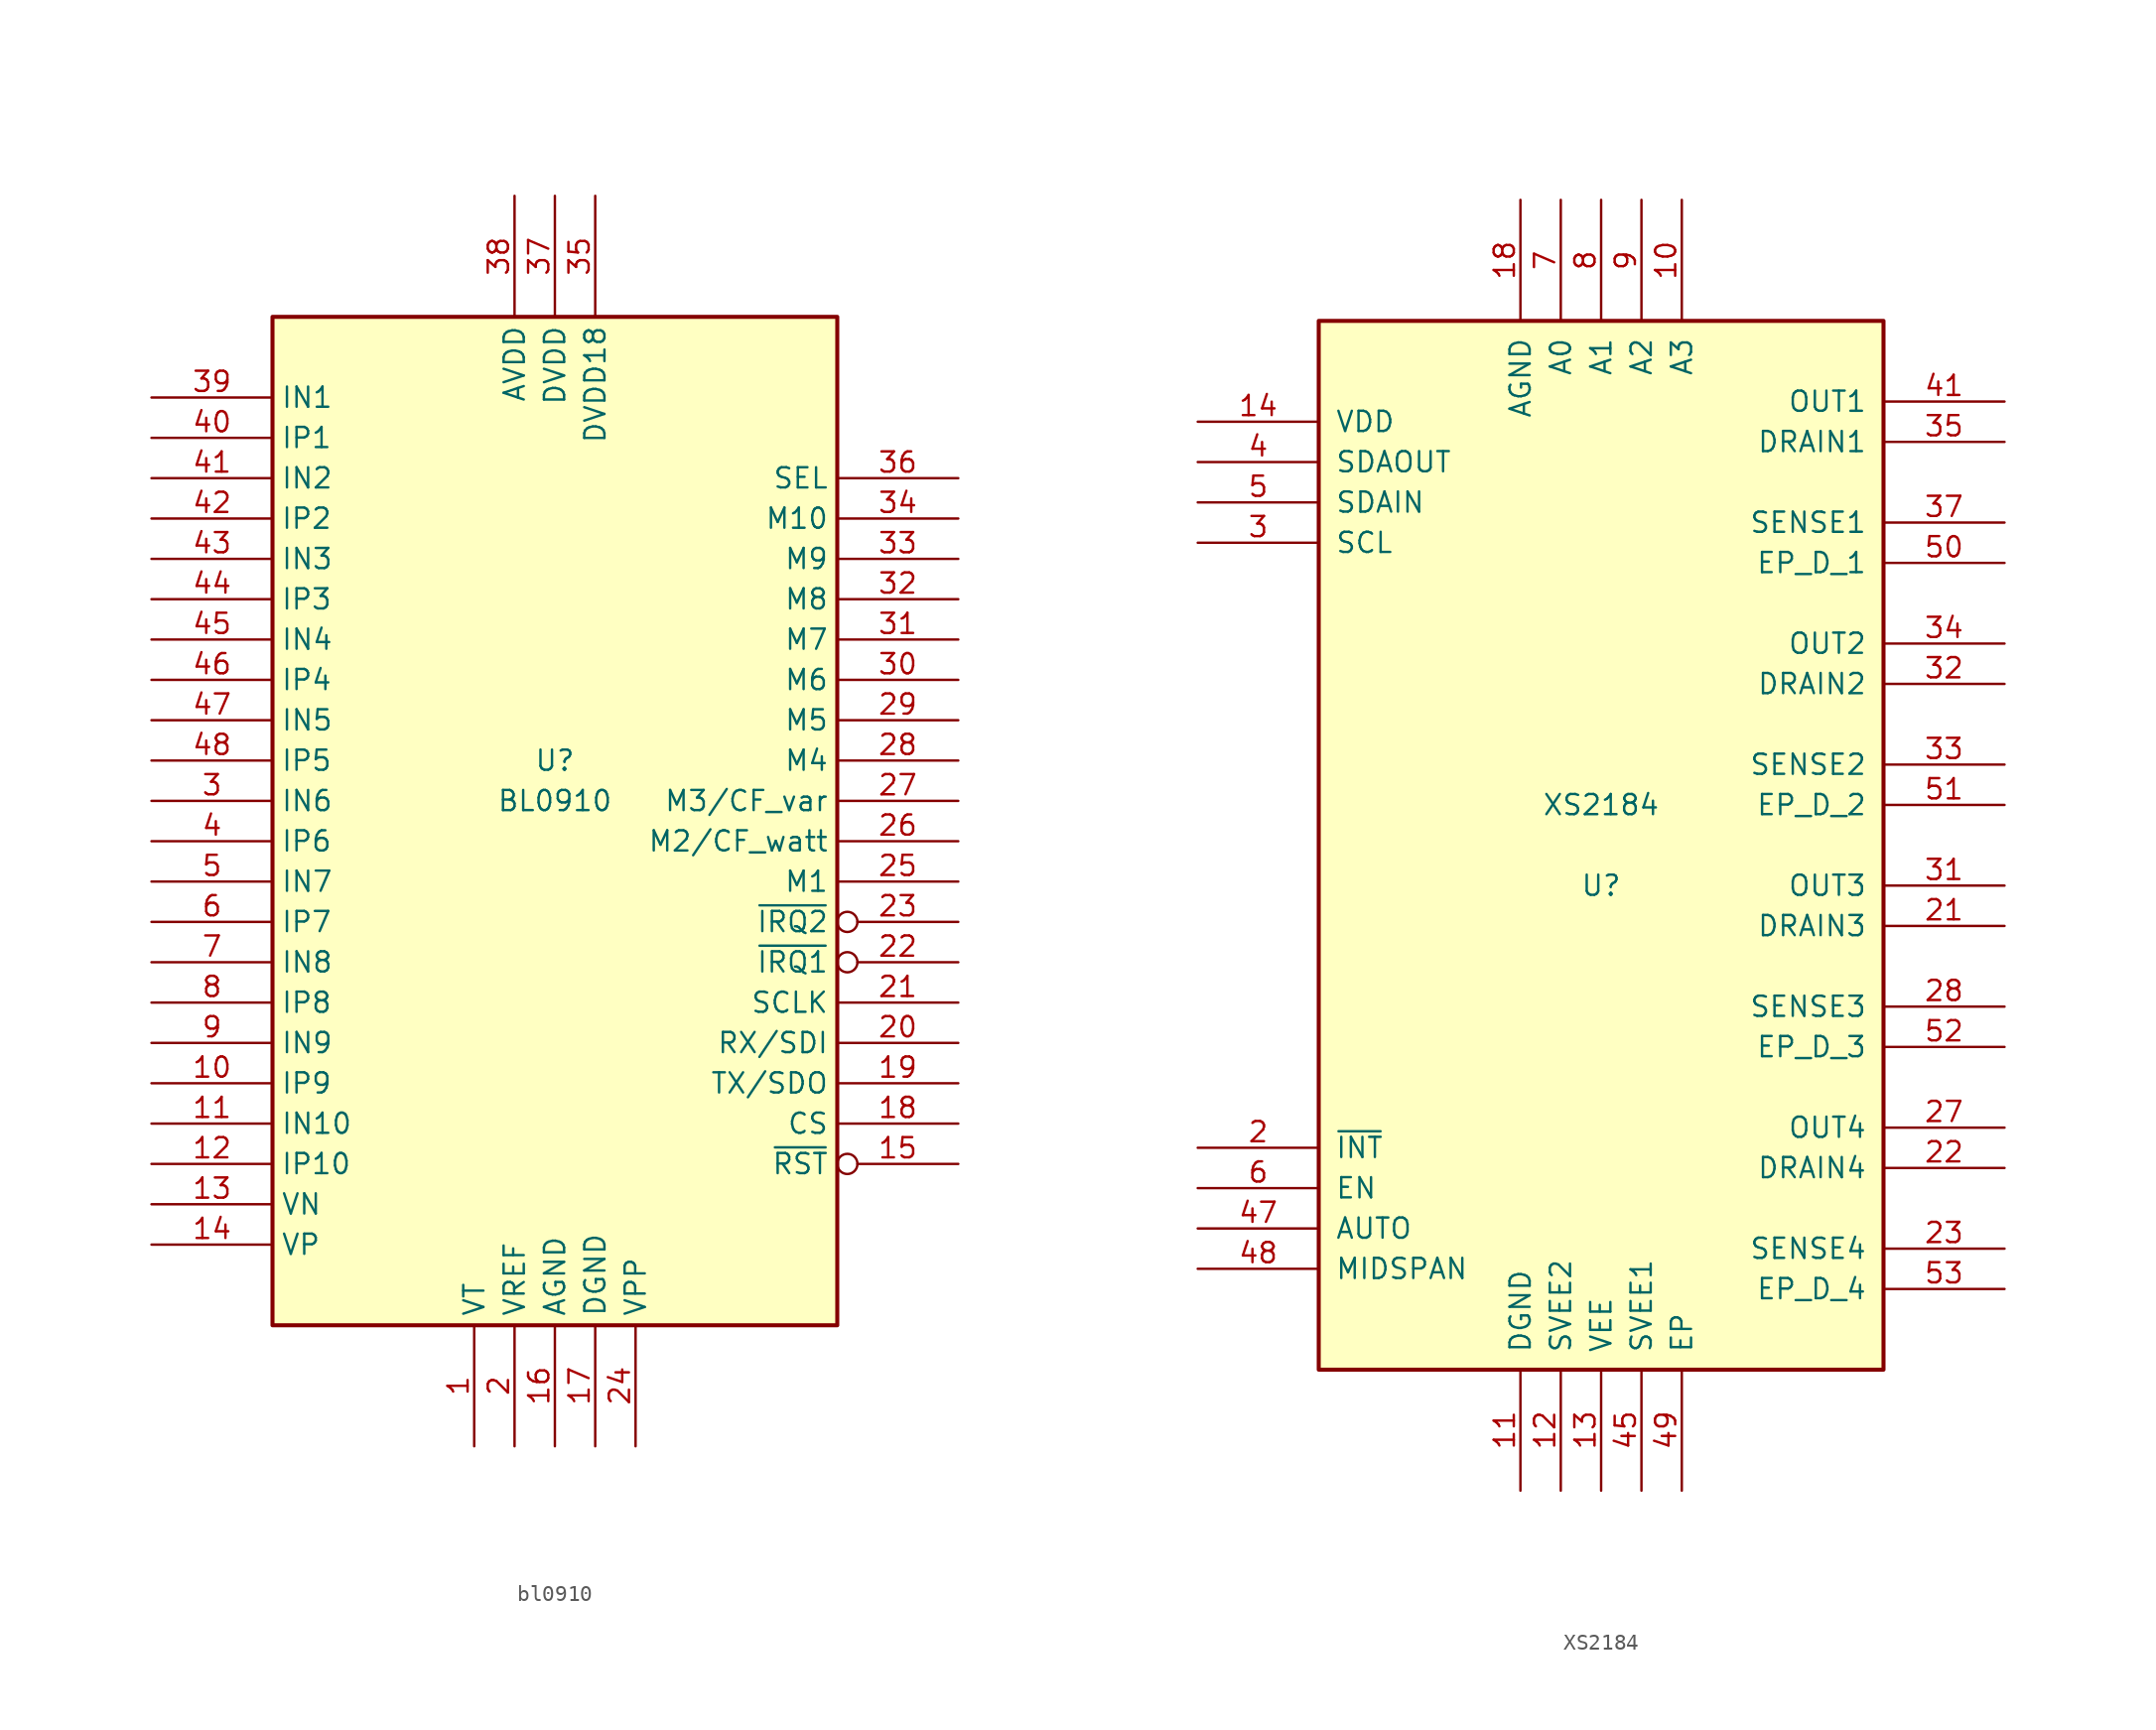
<source format=kicad_sym>
(kicad_symbol_lib
  (version 20231120)
  (generator "kicad_symbol_editor")
  (generator_version "8.0")
  (symbol "bl0910"
    (property "Reference" "U"
      (at 0 1.27 0)
      (effects (font (size 1.27 1.27))))
    (property "Value" "BL0910"
      (at 0 -1.27 0)
      (effects (font (size 1.27 1.27))))
    (symbol "bl0910_1_0"
      (rectangle (start -17.78 29.21) (end 17.78 -34.29) (stroke (width 0.254) (type solid)) (fill (type background))))
    (symbol "bl0910_1_1"
      (pin input line (at -5.08 -41.91 90) (length 7.62) (name "VT" (effects (font (size 1.27 1.27)))) (number "1" (effects (font (size 1.27 1.27)))))
      (pin input line (at -25.4 -19.05 0) (length 7.62) (name "IP9" (effects (font (size 1.27 1.27)))) (number "10" (effects (font (size 1.27 1.27)))))
      (pin input line (at -25.4 -21.59 0) (length 7.62) (name "IN10" (effects (font (size 1.27 1.27)))) (number "11" (effects (font (size 1.27 1.27)))))
      (pin input line (at -25.4 -24.13 0) (length 7.62) (name "IP10" (effects (font (size 1.27 1.27)))) (number "12" (effects (font (size 1.27 1.27)))))
      (pin input line (at -25.4 -26.67 0) (length 7.62) (name "VN" (effects (font (size 1.27 1.27)))) (number "13" (effects (font (size 1.27 1.27)))))
      (pin input line (at -25.4 -29.21 0) (length 7.62) (name "VP" (effects (font (size 1.27 1.27)))) (number "14" (effects (font (size 1.27 1.27)))))
      (pin input inverted (at 25.4 -24.13 180) (length 7.62) (name "~{RST}" (effects (font (size 1.27 1.27)))) (number "15" (effects (font (size 1.27 1.27)))))
      (pin input line (at 0 -41.91 90) (length 7.62) (name "AGND" (effects (font (size 1.27 1.27)))) (number "16" (effects (font (size 1.27 1.27)))))
      (pin input line (at 2.54 -41.91 90) (length 7.62) (name "DGND" (effects (font (size 1.27 1.27)))) (number "17" (effects (font (size 1.27 1.27)))))
      (pin input line (at 25.4 -21.59 180) (length 7.62) (name "CS" (effects (font (size 1.27 1.27)))) (number "18" (effects (font (size 1.27 1.27)))))
      (pin output line (at 25.4 -19.05 180) (length 7.62) (name "TX/SDO" (effects (font (size 1.27 1.27)))) (number "19" (effects (font (size 1.27 1.27)))))
      (pin bidirectional line (at -2.54 -41.91 90) (length 7.62) (name "VREF" (effects (font (size 1.27 1.27)))) (number "2" (effects (font (size 1.27 1.27)))))
      (pin input line (at 25.4 -16.51 180) (length 7.62) (name "RX/SDI" (effects (font (size 1.27 1.27)))) (number "20" (effects (font (size 1.27 1.27)))))
      (pin input line (at 25.4 -13.97 180) (length 7.62) (name "SCLK" (effects (font (size 1.27 1.27)))) (number "21" (effects (font (size 1.27 1.27)))))
      (pin output inverted (at 25.4 -11.43 180) (length 7.62) (name "~{IRQ1}" (effects (font (size 1.27 1.27)))) (number "22" (effects (font (size 1.27 1.27)))))
      (pin output inverted (at 25.4 -8.89 180) (length 7.62) (name "~{IRQ2}" (effects (font (size 1.27 1.27)))) (number "23" (effects (font (size 1.27 1.27)))))
      (pin input line (at 5.08 -41.91 90) (length 7.62) (name "VPP" (effects (font (size 1.27 1.27)))) (number "24" (effects (font (size 1.27 1.27)))))
      (pin output line (at 25.4 -6.35 180) (length 7.62) (name "M1" (effects (font (size 1.27 1.27)))) (number "25" (effects (font (size 1.27 1.27)))))
      (pin output line (at 25.4 -3.81 180) (length 7.62) (name "M2/CF_watt" (effects (font (size 1.27 1.27)))) (number "26" (effects (font (size 1.27 1.27)))))
      (pin output line (at 25.4 -1.27 180) (length 7.62) (name "M3/CF_var" (effects (font (size 1.27 1.27)))) (number "27" (effects (font (size 1.27 1.27)))))
      (pin output line (at 25.4 1.27 180) (length 7.62) (name "M4" (effects (font (size 1.27 1.27)))) (number "28" (effects (font (size 1.27 1.27)))))
      (pin output line (at 25.4 3.81 180) (length 7.62) (name "M5" (effects (font (size 1.27 1.27)))) (number "29" (effects (font (size 1.27 1.27)))))
      (pin input line (at -25.4 -1.27 0) (length 7.62) (name "IN6" (effects (font (size 1.27 1.27)))) (number "3" (effects (font (size 1.27 1.27)))))
      (pin output line (at 25.4 6.35 180) (length 7.62) (name "M6" (effects (font (size 1.27 1.27)))) (number "30" (effects (font (size 1.27 1.27)))))
      (pin output line (at 25.4 8.89 180) (length 7.62) (name "M7" (effects (font (size 1.27 1.27)))) (number "31" (effects (font (size 1.27 1.27)))))
      (pin output line (at 25.4 11.43 180) (length 7.62) (name "M8" (effects (font (size 1.27 1.27)))) (number "32" (effects (font (size 1.27 1.27)))))
      (pin output line (at 25.4 13.97 180) (length 7.62) (name "M9" (effects (font (size 1.27 1.27)))) (number "33" (effects (font (size 1.27 1.27)))))
      (pin output line (at 25.4 16.51 180) (length 7.62) (name "M10" (effects (font (size 1.27 1.27)))) (number "34" (effects (font (size 1.27 1.27)))))
      (pin bidirectional line (at 2.54 36.83 270) (length 7.62) (name "DVDD18" (effects (font (size 1.27 1.27)))) (number "35" (effects (font (size 1.27 1.27)))))
      (pin input line (at 25.4 19.05 180) (length 7.62) (name "SEL" (effects (font (size 1.27 1.27)))) (number "36" (effects (font (size 1.27 1.27)))))
      (pin input line (at 0 36.83 270) (length 7.62) (name "DVDD" (effects (font (size 1.27 1.27)))) (number "37" (effects (font (size 1.27 1.27)))))
      (pin input line (at -2.54 36.83 270) (length 7.62) (name "AVDD" (effects (font (size 1.27 1.27)))) (number "38" (effects (font (size 1.27 1.27)))))
      (pin input line (at -25.4 24.13 0) (length 7.62) (name "IN1" (effects (font (size 1.27 1.27)))) (number "39" (effects (font (size 1.27 1.27)))))
      (pin input line (at -25.4 -3.81 0) (length 7.62) (name "IP6" (effects (font (size 1.27 1.27)))) (number "4" (effects (font (size 1.27 1.27)))))
      (pin input line (at -25.4 21.59 0) (length 7.62) (name "IP1" (effects (font (size 1.27 1.27)))) (number "40" (effects (font (size 1.27 1.27)))))
      (pin input line (at -25.4 19.05 0) (length 7.62) (name "IN2" (effects (font (size 1.27 1.27)))) (number "41" (effects (font (size 1.27 1.27)))))
      (pin input line (at -25.4 16.51 0) (length 7.62) (name "IP2" (effects (font (size 1.27 1.27)))) (number "42" (effects (font (size 1.27 1.27)))))
      (pin input line (at -25.4 13.97 0) (length 7.62) (name "IN3" (effects (font (size 1.27 1.27)))) (number "43" (effects (font (size 1.27 1.27)))))
      (pin input line (at -25.4 11.43 0) (length 7.62) (name "IP3" (effects (font (size 1.27 1.27)))) (number "44" (effects (font (size 1.27 1.27)))))
      (pin input line (at -25.4 8.89 0) (length 7.62) (name "IN4" (effects (font (size 1.27 1.27)))) (number "45" (effects (font (size 1.27 1.27)))))
      (pin input line (at -25.4 6.35 0) (length 7.62) (name "IP4" (effects (font (size 1.27 1.27)))) (number "46" (effects (font (size 1.27 1.27)))))
      (pin input line (at -25.4 3.81 0) (length 7.62) (name "IN5" (effects (font (size 1.27 1.27)))) (number "47" (effects (font (size 1.27 1.27)))))
      (pin input line (at -25.4 1.27 0) (length 7.62) (name "IP5" (effects (font (size 1.27 1.27)))) (number "48" (effects (font (size 1.27 1.27)))))
      (pin input line (at -25.4 -6.35 0) (length 7.62) (name "IN7" (effects (font (size 1.27 1.27)))) (number "5" (effects (font (size 1.27 1.27)))))
      (pin input line (at -25.4 -8.89 0) (length 7.62) (name "IP7" (effects (font (size 1.27 1.27)))) (number "6" (effects (font (size 1.27 1.27)))))
      (pin input line (at -25.4 -11.43 0) (length 7.62) (name "IN8" (effects (font (size 1.27 1.27)))) (number "7" (effects (font (size 1.27 1.27)))))
      (pin input line (at -25.4 -13.97 0) (length 7.62) (name "IP8" (effects (font (size 1.27 1.27)))) (number "8" (effects (font (size 1.27 1.27)))))
      (pin input line (at -25.4 -16.51 0) (length 7.62) (name "IN9" (effects (font (size 1.27 1.27)))) (number "9" (effects (font (size 1.27 1.27)))))))
  (symbol "XS2184"
    (pin_names
      (offset 1.016))
    (property "Reference" "U"
      (at 0 -2.54 0)
      (effects (font (size 1.27 1.27))))
    (property "Value" "XS2184"
      (at 0 2.54 0)
      (effects (font (size 1.27 1.27))))
    (symbol "XS2184_1_0"
      (rectangle (start -17.78 33.02) (end 17.78 -33.02) (stroke (width 0.254) (type solid)) (fill (type background))))
    (symbol "XS2184_1_1"
      (pin no_connect line (at -25.4 0 0) (length 7.62) hide (name "N.C." (effects (font (size 1.27 1.27)))) (number "1" (effects (font (size 1.27 1.27)))))
      (pin input line (at 5.08 40.64 270) (length 7.62) (name "A3" (effects (font (size 1.27 1.27)))) (number "10" (effects (font (size 1.27 1.27)))))
      (pin power_in line (at -5.08 -40.64 90) (length 7.62) (name "DGND" (effects (font (size 1.27 1.27)))) (number "11" (effects (font (size 1.27 1.27)))))
      (pin power_in line (at -2.54 -40.64 90) (length 7.62) (name "SVEE2" (effects (font (size 1.27 1.27)))) (number "12" (effects (font (size 1.27 1.27)))))
      (pin power_in line (at 0 -40.64 90) (length 7.62) (name "VEE" (effects (font (size 1.27 1.27)))) (number "13" (effects (font (size 1.27 1.27)))))
      (pin power_in line (at -25.4 26.67 0) (length 7.62) (name "VDD" (effects (font (size 1.27 1.27)))) (number "14" (effects (font (size 1.27 1.27)))))
      (pin no_connect line (at -25.4 0 0) (length 7.62) hide (name "N.C." (effects (font (size 1.27 1.27)))) (number "15" (effects (font (size 1.27 1.27)))))
      (pin no_connect line (at -25.4 0 0) (length 7.62) hide (name "N.C." (effects (font (size 1.27 1.27)))) (number "16" (effects (font (size 1.27 1.27)))))
      (pin no_connect line (at -25.4 0 0) (length 7.62) hide (name "N.C." (effects (font (size 1.27 1.27)))) (number "17" (effects (font (size 1.27 1.27)))))
      (pin power_in line (at -5.08 40.64 270) (length 7.62) (name "AGND" (effects (font (size 1.27 1.27)))) (number "18" (effects (font (size 1.27 1.27)))))
      (pin no_connect line (at -25.4 0 0) (length 7.62) hide (name "N.C." (effects (font (size 1.27 1.27)))) (number "19" (effects (font (size 1.27 1.27)))))
      (pin output line (at -25.4 -19.05 0) (length 7.62) (name "~{INT}" (effects (font (size 1.27 1.27)))) (number "2" (effects (font (size 1.27 1.27)))))
      (pin no_connect line (at -25.4 0 0) (length 7.62) hide (name "N.C." (effects (font (size 1.27 1.27)))) (number "20" (effects (font (size 1.27 1.27)))))
      (pin output line (at 25.4 -5.08 180) (length 7.62) (name "DRAIN3" (effects (font (size 1.27 1.27)))) (number "21" (effects (font (size 1.27 1.27)))))
      (pin output line (at 25.4 -20.32 180) (length 7.62) (name "DRAIN4" (effects (font (size 1.27 1.27)))) (number "22" (effects (font (size 1.27 1.27)))))
      (pin input line (at 25.4 -25.4 180) (length 7.62) (name "SENSE4" (effects (font (size 1.27 1.27)))) (number "23" (effects (font (size 1.27 1.27)))))
      (pin no_connect line (at -25.4 0 0) (length 7.62) hide (name "N.C." (effects (font (size 1.27 1.27)))) (number "24" (effects (font (size 1.27 1.27)))))
      (pin output line (at 25.4 -20.32 180) (length 7.62) hide (name "DRAIN4" (effects (font (size 1.27 1.27)))) (number "25" (effects (font (size 1.27 1.27)))))
      (pin output line (at 25.4 -20.32 180) (length 7.62) hide (name "DRAIN4" (effects (font (size 1.27 1.27)))) (number "26" (effects (font (size 1.27 1.27)))))
      (pin output line (at 25.4 -17.78 180) (length 7.62) (name "OUT4" (effects (font (size 1.27 1.27)))) (number "27" (effects (font (size 1.27 1.27)))))
      (pin input line (at 25.4 -10.16 180) (length 7.62) (name "SENSE3" (effects (font (size 1.27 1.27)))) (number "28" (effects (font (size 1.27 1.27)))))
      (pin output line (at 25.4 -5.08 180) (length 7.62) hide (name "DRAIN3" (effects (font (size 1.27 1.27)))) (number "29" (effects (font (size 1.27 1.27)))))
      (pin bidirectional line (at -25.4 19.05 0) (length 7.62) (name "SCL" (effects (font (size 1.27 1.27)))) (number "3" (effects (font (size 1.27 1.27)))))
      (pin output line (at 25.4 -5.08 180) (length 7.62) hide (name "DRAIN3" (effects (font (size 1.27 1.27)))) (number "30" (effects (font (size 1.27 1.27)))))
      (pin output line (at 25.4 -2.54 180) (length 7.62) (name "OUT3" (effects (font (size 1.27 1.27)))) (number "31" (effects (font (size 1.27 1.27)))))
      (pin output line (at 25.4 10.16 180) (length 7.62) (name "DRAIN2" (effects (font (size 1.27 1.27)))) (number "32" (effects (font (size 1.27 1.27)))))
      (pin input line (at 25.4 5.08 180) (length 7.62) (name "SENSE2" (effects (font (size 1.27 1.27)))) (number "33" (effects (font (size 1.27 1.27)))))
      (pin output line (at 25.4 12.7 180) (length 7.62) (name "OUT2" (effects (font (size 1.27 1.27)))) (number "34" (effects (font (size 1.27 1.27)))))
      (pin output line (at 25.4 25.4 180) (length 7.62) (name "DRAIN1" (effects (font (size 1.27 1.27)))) (number "35" (effects (font (size 1.27 1.27)))))
      (pin output line (at 25.4 25.4 180) (length 7.62) hide (name "DRAIN1" (effects (font (size 1.27 1.27)))) (number "36" (effects (font (size 1.27 1.27)))))
      (pin input line (at 25.4 20.32 180) (length 7.62) (name "SENSE1" (effects (font (size 1.27 1.27)))) (number "37" (effects (font (size 1.27 1.27)))))
      (pin no_connect line (at -25.4 0 0) (length 7.62) hide (name "N.C." (effects (font (size 1.27 1.27)))) (number "38" (effects (font (size 1.27 1.27)))))
      (pin output line (at 25.4 25.4 180) (length 7.62) hide (name "DRAIN1" (effects (font (size 1.27 1.27)))) (number "39" (effects (font (size 1.27 1.27)))))
      (pin output line (at -25.4 24.13 0) (length 7.62) (name "SDAOUT" (effects (font (size 1.27 1.27)))) (number "4" (effects (font (size 1.27 1.27)))))
      (pin output line (at 25.4 10.16 180) (length 7.62) hide (name "DRAIN2" (effects (font (size 1.27 1.27)))) (number "40" (effects (font (size 1.27 1.27)))))
      (pin output line (at 25.4 27.94 180) (length 7.62) (name "OUT1" (effects (font (size 1.27 1.27)))) (number "41" (effects (font (size 1.27 1.27)))))
      (pin no_connect line (at -25.4 0 0) (length 7.62) hide (name "N.C." (effects (font (size 1.27 1.27)))) (number "42" (effects (font (size 1.27 1.27)))))
      (pin no_connect line (at -25.4 0 0) (length 7.62) hide (name "N.C." (effects (font (size 1.27 1.27)))) (number "43" (effects (font (size 1.27 1.27)))))
      (pin no_connect line (at -25.4 0 0) (length 7.62) hide (name "N.C." (effects (font (size 1.27 1.27)))) (number "44" (effects (font (size 1.27 1.27)))))
      (pin power_in line (at 2.54 -40.64 90) (length 7.62) (name "SVEE1" (effects (font (size 1.27 1.27)))) (number "45" (effects (font (size 1.27 1.27)))))
      (pin no_connect line (at -25.4 0 0) (length 7.62) hide (name "N.C." (effects (font (size 1.27 1.27)))) (number "46" (effects (font (size 1.27 1.27)))))
      (pin input line (at -25.4 -24.13 0) (length 7.62) (name "AUTO" (effects (font (size 1.27 1.27)))) (number "47" (effects (font (size 1.27 1.27)))))
      (pin input line (at -25.4 -26.67 0) (length 7.62) (name "MIDSPAN" (effects (font (size 1.27 1.27)))) (number "48" (effects (font (size 1.27 1.27)))))
      (pin power_in line (at 5.08 -40.64 90) (length 7.62) (name "EP" (effects (font (size 1.27 1.27)))) (number "49" (effects (font (size 1.27 1.27)))))
      (pin input line (at -25.4 21.59 0) (length 7.62) (name "SDAIN" (effects (font (size 1.27 1.27)))) (number "5" (effects (font (size 1.27 1.27)))))
      (pin power_in line (at 25.4 17.78 180) (length 7.62) (name "EP_D_1" (effects (font (size 1.27 1.27)))) (number "50" (effects (font (size 1.27 1.27)))))
      (pin power_in line (at 25.4 2.54 180) (length 7.62) (name "EP_D_2" (effects (font (size 1.27 1.27)))) (number "51" (effects (font (size 1.27 1.27)))))
      (pin power_in line (at 25.4 -12.7 180) (length 7.62) (name "EP_D_3" (effects (font (size 1.27 1.27)))) (number "52" (effects (font (size 1.27 1.27)))))
      (pin power_in line (at 25.4 -27.94 180) (length 7.62) (name "EP_D_4" (effects (font (size 1.27 1.27)))) (number "53" (effects (font (size 1.27 1.27)))))
      (pin input line (at -25.4 -21.59 0) (length 7.62) (name "EN" (effects (font (size 1.27 1.27)))) (number "6" (effects (font (size 1.27 1.27)))))
      (pin input line (at -2.54 40.64 270) (length 7.62) (name "A0" (effects (font (size 1.27 1.27)))) (number "7" (effects (font (size 1.27 1.27)))))
      (pin input line (at 0 40.64 270) (length 7.62) (name "A1" (effects (font (size 1.27 1.27)))) (number "8" (effects (font (size 1.27 1.27)))))
      (pin input line (at 2.54 40.64 270) (length 7.62) (name "A2" (effects (font (size 1.27 1.27)))) (number "9" (effects (font (size 1.27 1.27))))))))
</source>
